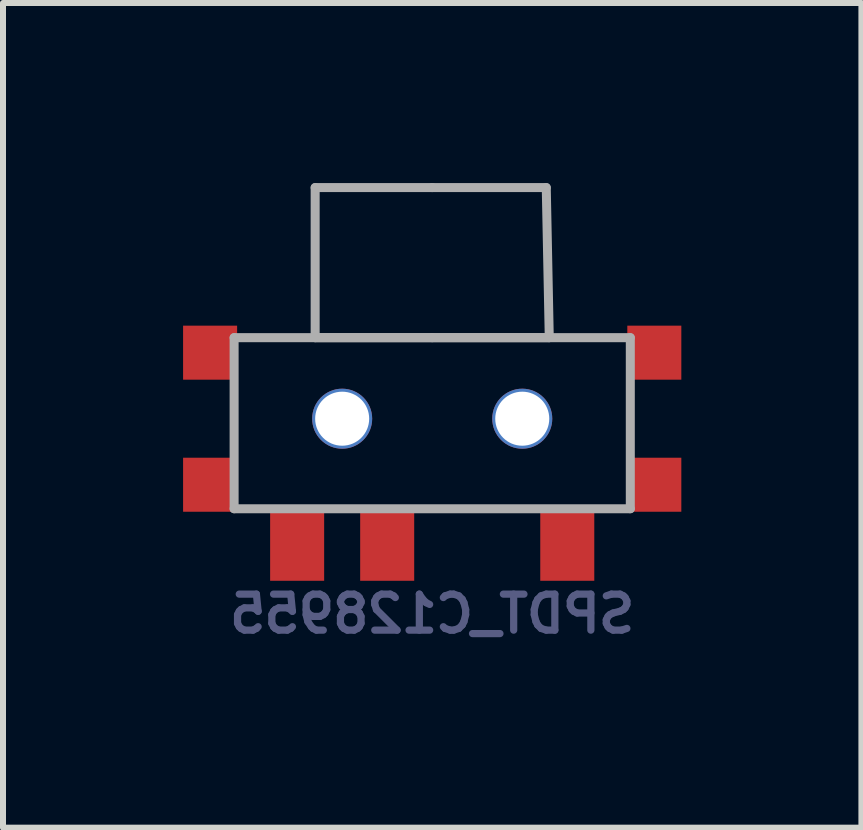
<source format=kicad_pcb>
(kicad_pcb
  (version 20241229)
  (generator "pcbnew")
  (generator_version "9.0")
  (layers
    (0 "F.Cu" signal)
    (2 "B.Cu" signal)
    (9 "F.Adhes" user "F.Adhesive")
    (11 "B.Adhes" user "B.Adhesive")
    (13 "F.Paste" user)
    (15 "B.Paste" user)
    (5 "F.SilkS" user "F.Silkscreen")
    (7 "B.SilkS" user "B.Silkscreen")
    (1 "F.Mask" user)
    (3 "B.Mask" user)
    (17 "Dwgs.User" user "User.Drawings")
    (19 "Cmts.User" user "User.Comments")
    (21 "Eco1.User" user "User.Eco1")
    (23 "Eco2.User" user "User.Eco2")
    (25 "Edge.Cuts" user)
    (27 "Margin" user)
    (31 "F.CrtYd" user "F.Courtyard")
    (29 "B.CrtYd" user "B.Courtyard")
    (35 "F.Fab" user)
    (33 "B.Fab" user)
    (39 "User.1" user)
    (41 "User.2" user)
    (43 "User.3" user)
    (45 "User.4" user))
  (footprint "SPDT_C128955"
    (layer "F.Cu")
    (at 4.15 3.925)
    (property "Reference" "SPDT_C128955" (at 0 3.251 0) (layer "B.Fab") (effects (font (size 0.6 0.6) (thickness 0.12)) (justify mirror)))
    (attr through_hole)
    (fp_line (start -3.3 -1.35) (end -3.3 1.5) (stroke (width 0.15) (type solid)) (layer "F.Fab"))
    (fp_line (start -3.3 1.5) (end 3.3 1.5) (stroke (width 0.15) (type solid)) (layer "F.Fab"))
    (fp_line (start -1.95 -3.85) (end 0 -3.85) (stroke (width 0.15) (type solid)) (layer "F.Fab"))
    (fp_line (start -1.95 -1.35) (end -1.95 -3.85) (stroke (width 0.15) (type solid)) (layer "F.Fab"))
    (fp_line (start 0 -3.85) (end 1.9 -3.85) (stroke (width 0.15) (type solid)) (layer "F.Fab"))
    (fp_line (start 0 -1.35) (end -3.3 -1.35) (stroke (width 0.15) (type solid)) (layer "F.Fab"))
    (fp_line (start 0 -1.35) (end 3.3 -1.35) (stroke (width 0.15) (type solid)) (layer "F.Fab"))
    (fp_line (start 1.9 -3.85) (end 1.95 -1.35) (stroke (width 0.15) (type solid)) (layer "F.Fab"))
    (fp_line (start 1.95 -1.35) (end -1.95 -1.35) (stroke (width 0.15) (type solid)) (layer "F.Fab"))
    (fp_line (start 3.3 1.5) (end 3.3 -1.35) (stroke (width 0.15) (type solid)) (layer "F.Fab"))
    (pad "" np_thru_hole circle (at -1.5 0) (size 1 1) (drill 0.9) (layers "*.Cu" "*.Mask"))
    (pad "" np_thru_hole circle (at 1.5 0) (size 1 1) (drill 0.9) (layers "*.Cu" "*.Mask"))
    (pad "0" smd rect (at -3.7 -1.1) (size 0.9 0.9) (layers "F.Cu" "F.Mask" "F.Paste"))
    (pad "0" smd rect (at -3.7 1.1) (size 0.9 0.9) (layers "F.Cu" "F.Mask" "F.Paste"))
    (pad "0" smd rect (at 3.7 -1.1) (size 0.9 0.9) (layers "F.Cu" "F.Mask" "F.Paste"))
    (pad "0" smd rect (at 3.7 1.1) (size 0.9 0.9) (layers "F.Cu" "F.Mask" "F.Paste"))
    (pad "1" smd rect (at 2.25 2.075) (size 0.9 1.25) (layers "F.Cu" "F.Mask" "F.Paste"))
    (pad "2" smd rect (at -0.75 2.075) (size 0.9 1.25) (layers "F.Cu" "F.Mask" "F.Paste"))
    (pad "3" smd rect (at -2.25 2.075) (size 0.9 1.25) (layers "F.Cu" "F.Mask" "F.Paste")))
  (gr_rect
    (start -3 -3)
    (end 11.3 10.738)
    (stroke (width 0.1) (type default))
    (fill no)
    (layer "Edge.Cuts")))
</source>
